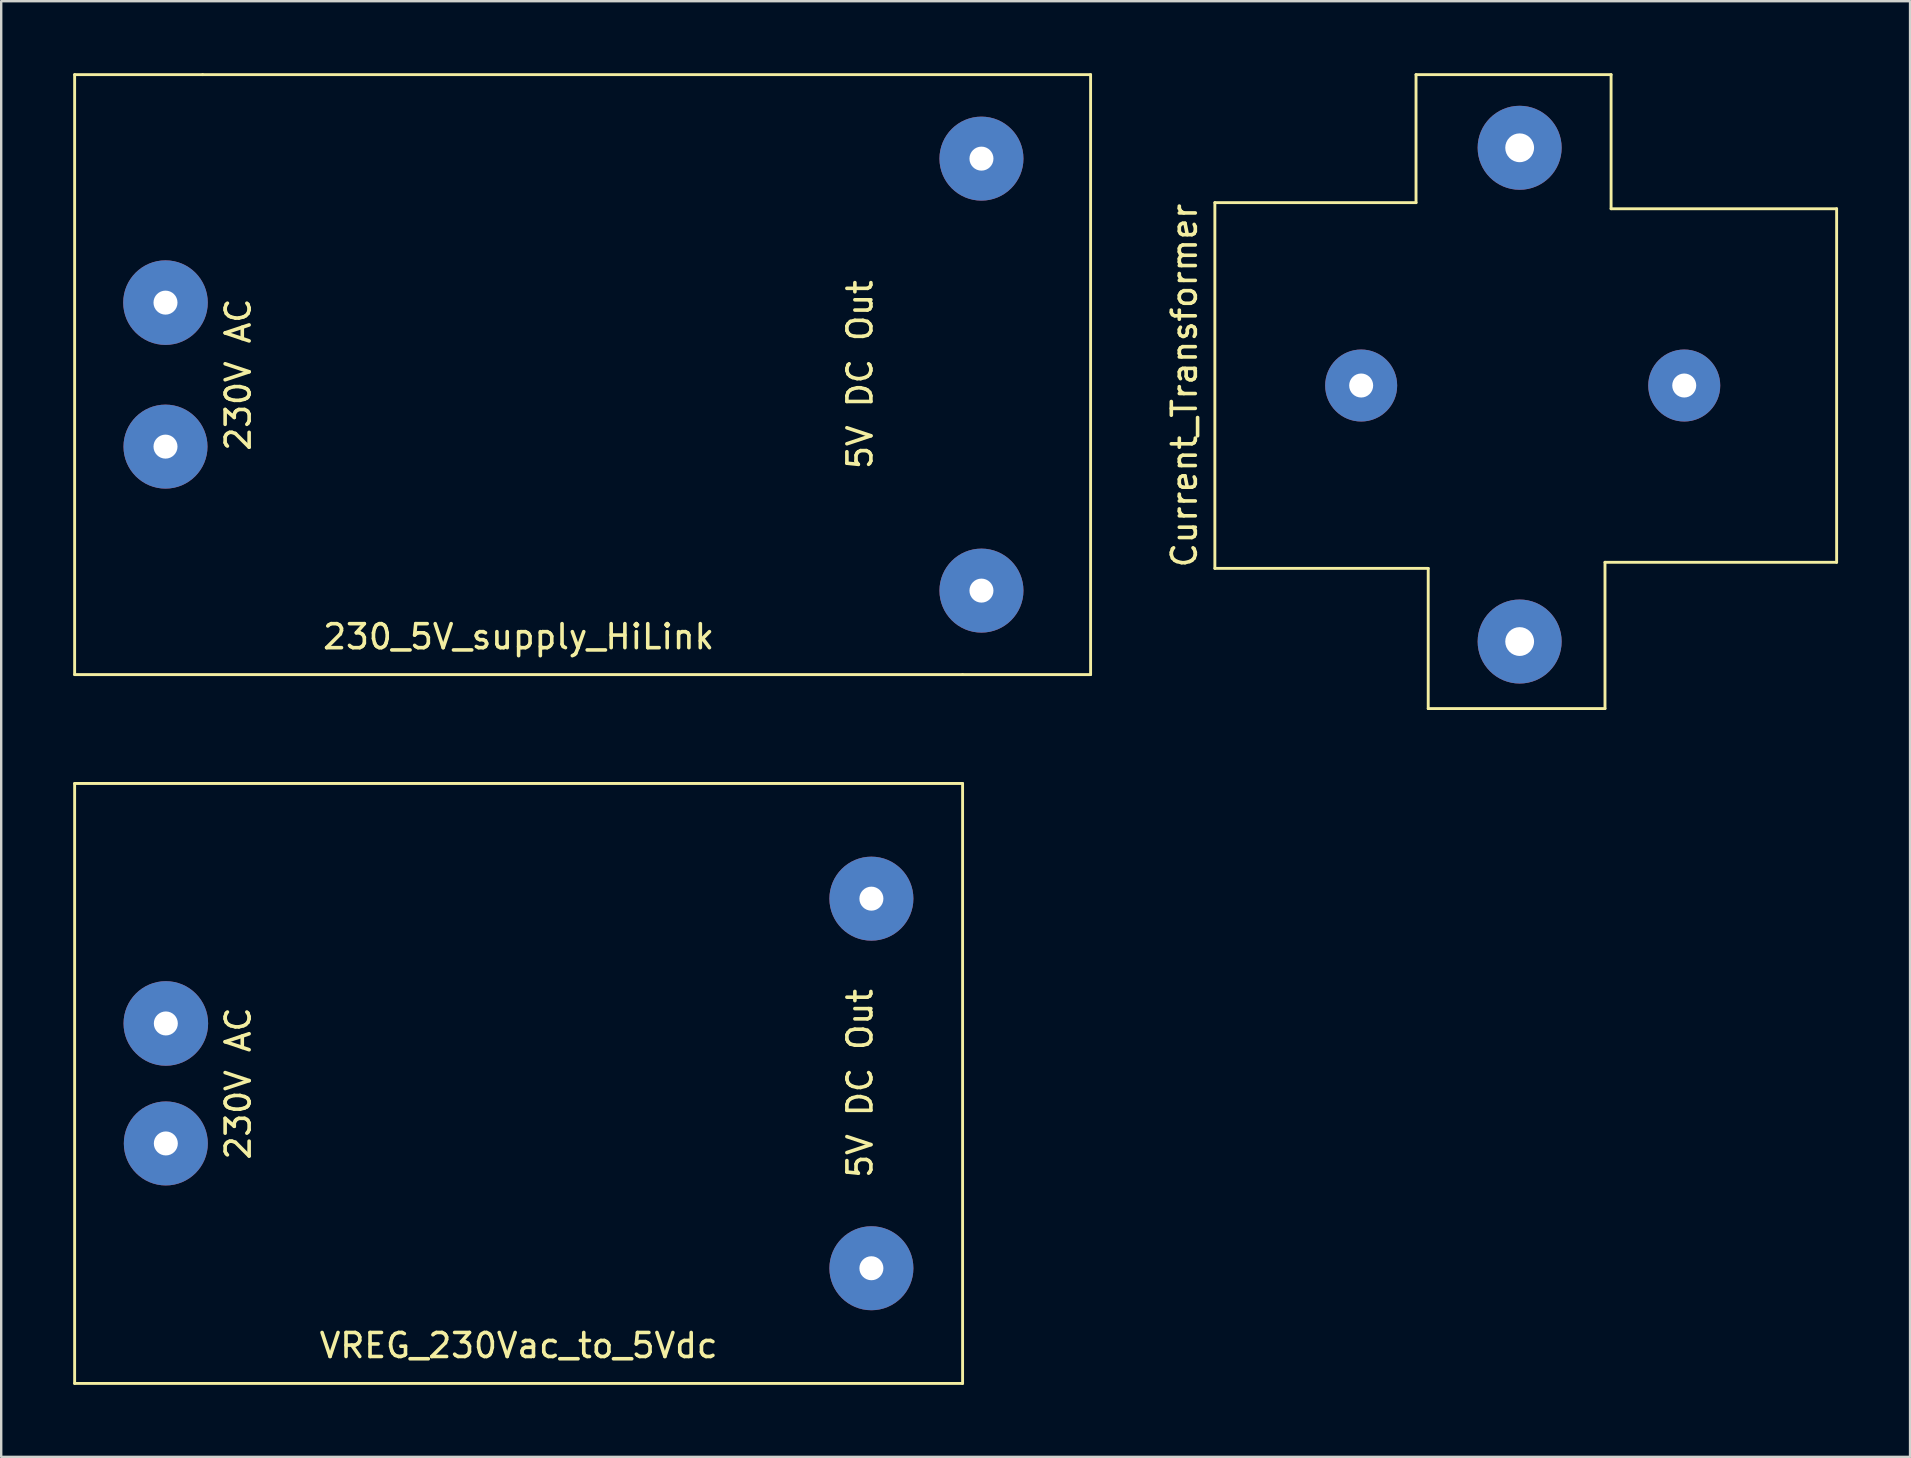
<source format=kicad_pcb>
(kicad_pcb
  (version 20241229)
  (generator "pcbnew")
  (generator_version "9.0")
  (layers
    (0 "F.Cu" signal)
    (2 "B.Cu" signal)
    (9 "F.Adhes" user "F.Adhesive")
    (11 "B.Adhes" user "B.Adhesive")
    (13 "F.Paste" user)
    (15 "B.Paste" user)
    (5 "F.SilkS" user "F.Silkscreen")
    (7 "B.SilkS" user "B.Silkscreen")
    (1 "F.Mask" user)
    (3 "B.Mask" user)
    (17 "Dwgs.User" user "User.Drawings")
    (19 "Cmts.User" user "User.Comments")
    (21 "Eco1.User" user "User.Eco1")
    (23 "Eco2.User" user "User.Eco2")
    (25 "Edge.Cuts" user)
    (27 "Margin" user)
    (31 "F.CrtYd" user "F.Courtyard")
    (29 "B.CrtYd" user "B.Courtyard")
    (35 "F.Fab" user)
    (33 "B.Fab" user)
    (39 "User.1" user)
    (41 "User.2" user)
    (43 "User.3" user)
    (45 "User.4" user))
  (footprint "VREG_230Vac_to_5Vdc"
    (layer "F.Cu")
    (at 18.56 42.096)
    (property "Reference" "VREG_230Vac_to_5Vdc" (at 0 10.922 0) (layer "F.SilkS") (effects (font (size 1 1) (thickness 0.15))))
    (attr through_hole)
    (fp_line (start -18.5 -12.5) (end -18.5 12.5) (stroke (width 0.12) (type solid)) (layer "F.SilkS"))
    (fp_line (start 18.5 -12.5) (end -18.5 -12.5) (stroke (width 0.12) (type solid)) (layer "F.SilkS"))
    (fp_line (start 18.5 12.5) (end -18.5 12.5) (stroke (width 0.12) (type solid)) (layer "F.SilkS"))
    (fp_line (start 18.5 12.5) (end 18.5 -12.5) (stroke (width 0.12) (type solid)) (layer "F.SilkS"))
    (fp_text user "230V AC" (at -11.684 0 90) (layer "F.SilkS") (effects (font (size 1 1) (thickness 0.15))))
    (fp_text user "5V DC Out" (at 14.224 0 90) (layer "F.SilkS") (effects (font (size 1 1) (thickness 0.15))))
    (pad "1" thru_hole oval (at -14.7 -2.5) (size 3.524 3.524) (drill 1) (layers "*.Cu" "*.Mask"))
    (pad "2" thru_hole circle (at -14.7 2.5) (size 3.5 3.5) (drill 1) (layers "*.Cu" "*.Mask"))
    (pad "3" thru_hole circle (at 14.7 7.7) (size 3.5 3.5) (drill 1) (layers "*.Cu" "*.Mask"))
    (pad "4" thru_hole circle (at 14.7 -7.7) (size 3.5 3.5) (drill 1) (layers "*.Cu" "*.Mask")))
  (footprint "Current_Transformer"
    (layer "F.Cu")
    (at 67.13 13.014)
    (property "Reference" "Current_Transformer" (at -20.828 0 90) (layer "F.SilkS") (effects (font (size 1 1) (thickness 0.15))))
    (attr through_hole)
    (fp_line (start -19.558 -7.62) (end -11.176 -7.62) (stroke (width 0.12) (type solid)) (layer "F.SilkS"))
    (fp_line (start -19.558 7.62) (end -19.558 -7.62) (stroke (width 0.12) (type solid)) (layer "F.SilkS"))
    (fp_line (start -11.176 -12.954) (end -3.048 -12.954) (stroke (width 0.12) (type solid)) (layer "F.SilkS"))
    (fp_line (start -11.176 -7.62) (end -11.176 -12.954) (stroke (width 0.12) (type solid)) (layer "F.SilkS"))
    (fp_line (start -10.668 7.62) (end -19.558 7.62) (stroke (width 0.12) (type solid)) (layer "F.SilkS"))
    (fp_line (start -10.668 13.462) (end -10.668 7.62) (stroke (width 0.12) (type solid)) (layer "F.SilkS"))
    (fp_line (start -3.302 7.366) (end -3.302 13.462) (stroke (width 0.12) (type solid)) (layer "F.SilkS"))
    (fp_line (start -3.302 13.462) (end -10.668 13.462) (stroke (width 0.12) (type solid)) (layer "F.SilkS"))
    (fp_line (start -3.048 -12.954) (end -3.048 -7.366) (stroke (width 0.12) (type solid)) (layer "F.SilkS"))
    (fp_line (start -3.048 -7.366) (end 6.35 -7.366) (stroke (width 0.12) (type solid)) (layer "F.SilkS"))
    (fp_line (start 6.35 -7.366) (end 6.35 7.366) (stroke (width 0.12) (type solid)) (layer "F.SilkS"))
    (fp_line (start 6.35 7.366) (end -3.302 7.366) (stroke (width 0.12) (type solid)) (layer "F.SilkS"))
    (pad "1" thru_hole circle (at 0 0) (size 3 3) (drill 1) (layers "*.Cu" "*.Mask"))
    (pad "2" thru_hole circle (at -13.462 0) (size 3 3) (drill 1) (layers "*.Cu" "*.Mask"))
    (pad "3" thru_hole circle (at -6.858 10.668) (size 3.5 3.5) (drill 1.2) (layers "*.Cu" "*.Mask"))
    (pad "4" thru_hole circle (at -6.858 -9.906) (size 3.5 3.5) (drill 1.2) (layers "*.Cu" "*.Mask")))
  (footprint "230_5V_supply_HiLink"
    (layer "F.Cu")
    (at 20.846 12.56)
    (property "Reference" "230_5V_supply_HiLink" (at -2.286 10.922 0) (layer "F.SilkS") (effects (font (size 1 1) (thickness 0.15))))
    (attr through_hole)
    (fp_line (start -20.786 -12.5) (end -20.786 12.5) (stroke (width 0.12) (type solid)) (layer "F.SilkS"))
    (fp_line (start -15.452 -12.5) (end -20.786 -12.5) (stroke (width 0.12) (type solid)) (layer "F.SilkS"))
    (fp_line (start 16.214 12.5) (end -20.786 12.5) (stroke (width 0.12) (type solid)) (layer "F.SilkS"))
    (fp_line (start 16.214 12.5) (end 21.548 12.5) (stroke (width 0.12) (type solid)) (layer "F.SilkS"))
    (fp_line (start 21.548 -12.5) (end -15.452 -12.5) (stroke (width 0.12) (type solid)) (layer "F.SilkS"))
    (fp_line (start 21.548 12.5) (end 21.548 -12.5) (stroke (width 0.12) (type solid)) (layer "F.SilkS"))
    (fp_text user "5V DC Out" (at 11.938 0 90) (layer "F.SilkS") (effects (font (size 1 1) (thickness 0.15))))
    (fp_text user "230V AC" (at -13.97 0 90) (layer "F.SilkS") (effects (font (size 1 1) (thickness 0.15))))
    (pad "1" thru_hole oval (at -17 -3) (size 3.524 3.524) (drill 1) (layers "*.Cu" "*.Mask"))
    (pad "2" thru_hole circle (at -17 3) (size 3.5 3.5) (drill 1) (layers "*.Cu" "*.Mask"))
    (pad "3" thru_hole circle (at 17 9) (size 3.5 3.5) (drill 1) (layers "*.Cu" "*.Mask"))
    (pad "4" thru_hole circle (at 17 -9) (size 3.5 3.5) (drill 1) (layers "*.Cu" "*.Mask")))
  (gr_rect
    (start -3 -3)
    (end 76.54 57.656)
    (stroke (width 0.1) (type default))
    (fill no)
    (layer "Edge.Cuts")))
</source>
